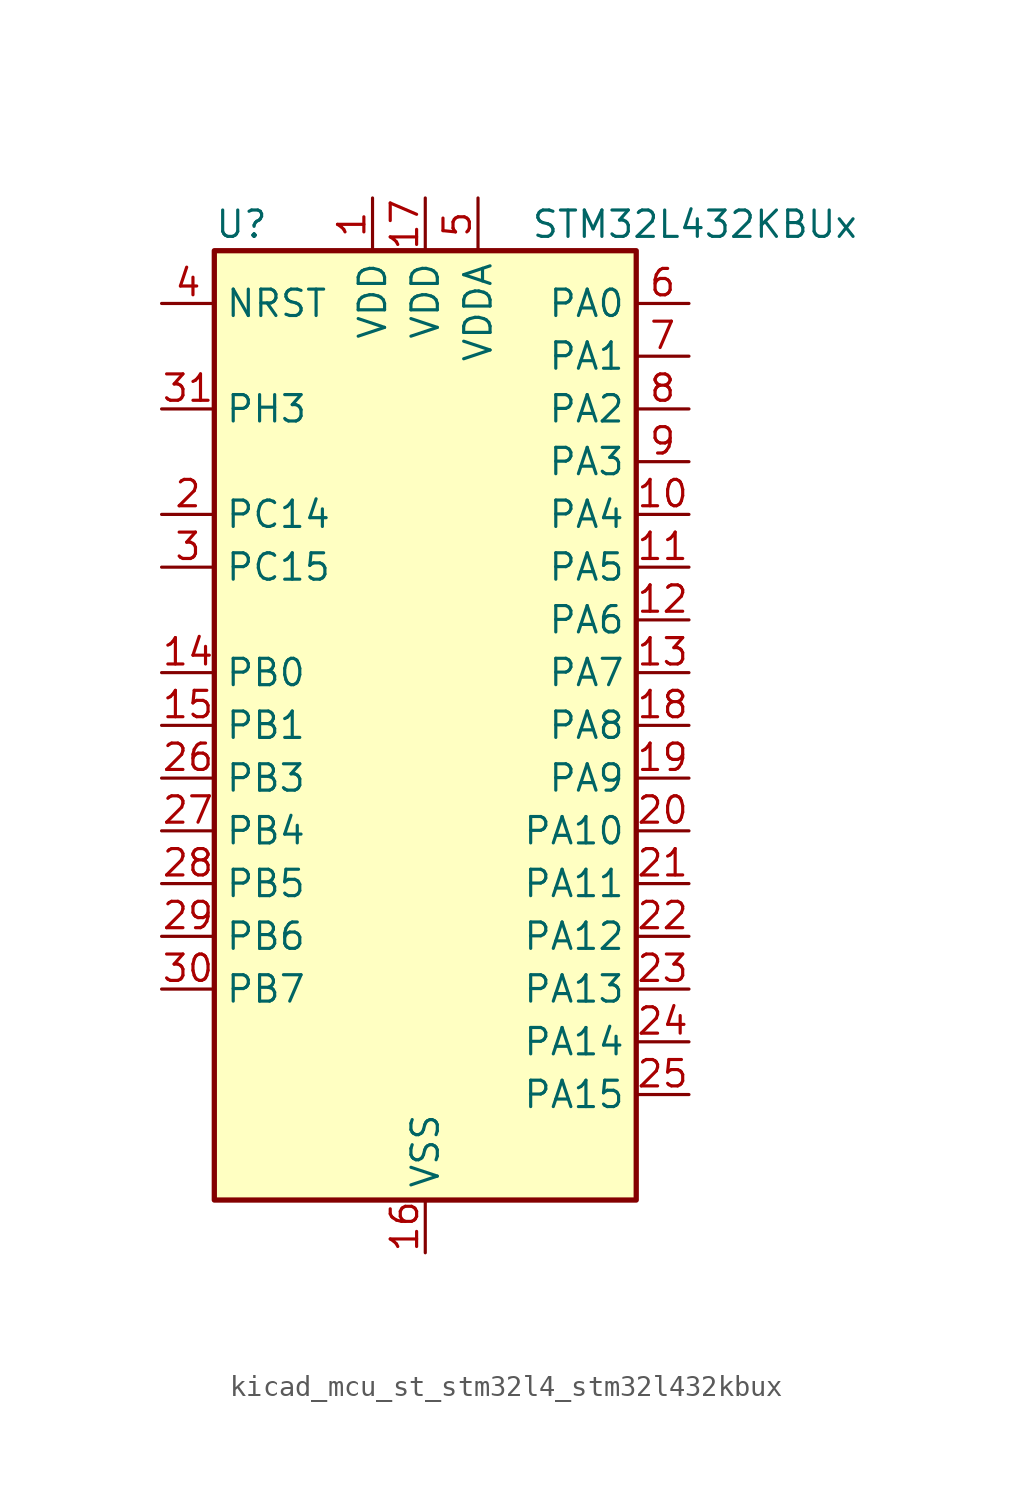
<source format=kicad_sym>
(kicad_symbol_lib
  (version 20220914)
  (generator kicad_symbol_editor)
  (symbol "kicad_mcu_st_stm32l4_stm32l432kbux"
    (property "Reference" "U"
      (at -10.16 24.13 0)
      (effects (font (size 1.27 1.27)) (justify left)))
    (property "Value" "STM32L432KBUx"
      (at 5.08 24.13 0)
      (effects (font (size 1.27 1.27)) (justify left)))
    (property "ki_locked" ""
      (at 0 0 0)
      (effects (font (size 1.27 1.27))))
    (symbol "kicad_mcu_st_stm32l4_stm32l432kbux_0_1"
      (rectangle (start -10.16 -22.86) (end 10.16 22.86) (stroke (width 0.254) (type default)) (fill (type background))))
    (symbol "kicad_mcu_st_stm32l4_stm32l432kbux_1_1"
      (pin power_in line (at -2.54 25.4 270) (length 2.54) (name "VDD" (effects (font (size 1.27 1.27)))) (number "1" (effects (font (size 1.27 1.27)))))
      (pin bidirectional line (at 12.7 10.16 180) (length 2.54) (name "PA4" (effects (font (size 1.27 1.27)))) (number "10" (effects (font (size 1.27 1.27)))) (alternate "ADC1_IN9" bidirectional line) (alternate "COMP1_INM" bidirectional line) (alternate "COMP2_INM" bidirectional line) (alternate "DAC1_OUT1" bidirectional line) (alternate "LPTIM2_OUT" bidirectional line) (alternate "SAI1_FS_B" bidirectional line) (alternate "SPI1_NSS" bidirectional line) (alternate "SPI3_NSS" bidirectional line) (alternate "USART2_CK" bidirectional line))
      (pin bidirectional line (at 12.7 7.62 180) (length 2.54) (name "PA5" (effects (font (size 1.27 1.27)))) (number "11" (effects (font (size 1.27 1.27)))) (alternate "ADC1_IN10" bidirectional line) (alternate "COMP1_INM" bidirectional line) (alternate "COMP2_INM" bidirectional line) (alternate "DAC1_OUT2" bidirectional line) (alternate "LPTIM2_ETR" bidirectional line) (alternate "SPI1_SCK" bidirectional line) (alternate "TIM2_CH1" bidirectional line) (alternate "TIM2_ETR" bidirectional line))
      (pin bidirectional line (at 12.7 5.08 180) (length 2.54) (name "PA6" (effects (font (size 1.27 1.27)))) (number "12" (effects (font (size 1.27 1.27)))) (alternate "ADC1_IN11" bidirectional line) (alternate "COMP1_OUT" bidirectional line) (alternate "LPUART1_CTS" bidirectional line) (alternate "QUADSPI_BK1_IO3" bidirectional line) (alternate "SPI1_MISO" bidirectional line) (alternate "TIM16_CH1" bidirectional line) (alternate "TIM1_BKIN" bidirectional line) (alternate "TIM1_BKIN_COMP2" bidirectional line))
      (pin bidirectional line (at 12.7 2.54 180) (length 2.54) (name "PA7" (effects (font (size 1.27 1.27)))) (number "13" (effects (font (size 1.27 1.27)))) (alternate "ADC1_IN12" bidirectional line) (alternate "COMP2_OUT" bidirectional line) (alternate "I2C3_SCL" bidirectional line) (alternate "QUADSPI_BK1_IO2" bidirectional line) (alternate "SPI1_MOSI" bidirectional line) (alternate "TIM1_CH1N" bidirectional line))
      (pin bidirectional line (at -12.7 2.54 0) (length 2.54) (name "PB0" (effects (font (size 1.27 1.27)))) (number "14" (effects (font (size 1.27 1.27)))) (alternate "ADC1_IN15" bidirectional line) (alternate "COMP1_OUT" bidirectional line) (alternate "QUADSPI_BK1_IO1" bidirectional line) (alternate "SAI1_EXTCLK" bidirectional line) (alternate "SPI1_NSS" bidirectional line) (alternate "TIM1_CH2N" bidirectional line))
      (pin bidirectional line (at -12.7 0 0) (length 2.54) (name "PB1" (effects (font (size 1.27 1.27)))) (number "15" (effects (font (size 1.27 1.27)))) (alternate "ADC1_IN16" bidirectional line) (alternate "COMP1_INM" bidirectional line) (alternate "LPTIM2_IN1" bidirectional line) (alternate "LPUART1_DE" bidirectional line) (alternate "LPUART1_RTS" bidirectional line) (alternate "QUADSPI_BK1_IO0" bidirectional line) (alternate "TIM1_CH3N" bidirectional line))
      (pin power_in line (at 0 -25.4 90) (length 2.54) (name "VSS" (effects (font (size 1.27 1.27)))) (number "16" (effects (font (size 1.27 1.27)))))
      (pin power_in line (at 0 25.4 270) (length 2.54) (name "VDD" (effects (font (size 1.27 1.27)))) (number "17" (effects (font (size 1.27 1.27)))))
      (pin bidirectional line (at 12.7 0 180) (length 2.54) (name "PA8" (effects (font (size 1.27 1.27)))) (number "18" (effects (font (size 1.27 1.27)))) (alternate "LPTIM2_OUT" bidirectional line) (alternate "RCC_MCO" bidirectional line) (alternate "SAI1_SCK_A" bidirectional line) (alternate "SWPMI1_IO" bidirectional line) (alternate "TIM1_CH1" bidirectional line) (alternate "USART1_CK" bidirectional line))
      (pin bidirectional line (at 12.7 -2.54 180) (length 2.54) (name "PA9" (effects (font (size 1.27 1.27)))) (number "19" (effects (font (size 1.27 1.27)))) (alternate "DAC1_EXTI9" bidirectional line) (alternate "I2C1_SCL" bidirectional line) (alternate "SAI1_FS_A" bidirectional line) (alternate "TIM15_BKIN" bidirectional line) (alternate "TIM1_CH2" bidirectional line) (alternate "USART1_TX" bidirectional line))
      (pin bidirectional line (at -12.7 10.16 0) (length 2.54) (name "PC14" (effects (font (size 1.27 1.27)))) (number "2" (effects (font (size 1.27 1.27)))) (alternate "RCC_OSC32_IN" bidirectional line))
      (pin bidirectional line (at 12.7 -5.08 180) (length 2.54) (name "PA10" (effects (font (size 1.27 1.27)))) (number "20" (effects (font (size 1.27 1.27)))) (alternate "CRS_SYNC" bidirectional line) (alternate "I2C1_SDA" bidirectional line) (alternate "SAI1_SD_A" bidirectional line) (alternate "TIM1_CH3" bidirectional line) (alternate "USART1_RX" bidirectional line))
      (pin bidirectional line (at 12.7 -7.62 180) (length 2.54) (name "PA11" (effects (font (size 1.27 1.27)))) (number "21" (effects (font (size 1.27 1.27)))) (alternate "ADC1_EXTI11" bidirectional line) (alternate "CAN1_RX" bidirectional line) (alternate "COMP1_OUT" bidirectional line) (alternate "SPI1_MISO" bidirectional line) (alternate "TIM1_BKIN2" bidirectional line) (alternate "TIM1_BKIN2_COMP1" bidirectional line) (alternate "TIM1_CH4" bidirectional line) (alternate "USART1_CTS" bidirectional line) (alternate "USB_DM" bidirectional line))
      (pin bidirectional line (at 12.7 -10.16 180) (length 2.54) (name "PA12" (effects (font (size 1.27 1.27)))) (number "22" (effects (font (size 1.27 1.27)))) (alternate "CAN1_TX" bidirectional line) (alternate "SPI1_MOSI" bidirectional line) (alternate "TIM1_ETR" bidirectional line) (alternate "USART1_DE" bidirectional line) (alternate "USART1_RTS" bidirectional line) (alternate "USB_DP" bidirectional line))
      (pin bidirectional line (at 12.7 -12.7 180) (length 2.54) (name "PA13" (effects (font (size 1.27 1.27)))) (number "23" (effects (font (size 1.27 1.27)))) (alternate "IR_OUT" bidirectional line) (alternate "SAI1_SD_B" bidirectional line) (alternate "SWPMI1_TX" bidirectional line) (alternate "SYS_JTMS-SWDIO" bidirectional line) (alternate "USB_NOE" bidirectional line))
      (pin bidirectional line (at 12.7 -15.24 180) (length 2.54) (name "PA14" (effects (font (size 1.27 1.27)))) (number "24" (effects (font (size 1.27 1.27)))) (alternate "I2C1_SMBA" bidirectional line) (alternate "LPTIM1_OUT" bidirectional line) (alternate "SAI1_FS_B" bidirectional line) (alternate "SWPMI1_RX" bidirectional line) (alternate "SYS_JTCK-SWCLK" bidirectional line))
      (pin bidirectional line (at 12.7 -17.78 180) (length 2.54) (name "PA15" (effects (font (size 1.27 1.27)))) (number "25" (effects (font (size 1.27 1.27)))) (alternate "ADC1_EXTI15" bidirectional line) (alternate "SPI1_NSS" bidirectional line) (alternate "SPI3_NSS" bidirectional line) (alternate "SWPMI1_SUSPEND" bidirectional line) (alternate "SYS_JTDI" bidirectional line) (alternate "TIM2_CH1" bidirectional line) (alternate "TIM2_ETR" bidirectional line) (alternate "USART2_RX" bidirectional line))
      (pin bidirectional line (at -12.7 -2.54 0) (length 2.54) (name "PB3" (effects (font (size 1.27 1.27)))) (number "26" (effects (font (size 1.27 1.27)))) (alternate "COMP2_INM" bidirectional line) (alternate "SAI1_SCK_B" bidirectional line) (alternate "SPI1_SCK" bidirectional line) (alternate "SPI3_SCK" bidirectional line) (alternate "SYS_JTDO-SWO" bidirectional line) (alternate "TIM2_CH2" bidirectional line) (alternate "USART1_DE" bidirectional line) (alternate "USART1_RTS" bidirectional line))
      (pin bidirectional line (at -12.7 -5.08 0) (length 2.54) (name "PB4" (effects (font (size 1.27 1.27)))) (number "27" (effects (font (size 1.27 1.27)))) (alternate "COMP2_INP" bidirectional line) (alternate "I2C3_SDA" bidirectional line) (alternate "SAI1_MCLK_B" bidirectional line) (alternate "SPI1_MISO" bidirectional line) (alternate "SPI3_MISO" bidirectional line) (alternate "SYS_JTRST" bidirectional line) (alternate "TSC_G2_IO1" bidirectional line) (alternate "USART1_CTS" bidirectional line))
      (pin bidirectional line (at -12.7 -7.62 0) (length 2.54) (name "PB5" (effects (font (size 1.27 1.27)))) (number "28" (effects (font (size 1.27 1.27)))) (alternate "COMP2_OUT" bidirectional line) (alternate "I2C1_SMBA" bidirectional line) (alternate "LPTIM1_IN1" bidirectional line) (alternate "SAI1_SD_B" bidirectional line) (alternate "SPI1_MOSI" bidirectional line) (alternate "SPI3_MOSI" bidirectional line) (alternate "TIM16_BKIN" bidirectional line) (alternate "TSC_G2_IO2" bidirectional line) (alternate "USART1_CK" bidirectional line))
      (pin bidirectional line (at -12.7 -10.16 0) (length 2.54) (name "PB6" (effects (font (size 1.27 1.27)))) (number "29" (effects (font (size 1.27 1.27)))) (alternate "COMP2_INP" bidirectional line) (alternate "I2C1_SCL" bidirectional line) (alternate "LPTIM1_ETR" bidirectional line) (alternate "SAI1_FS_B" bidirectional line) (alternate "TIM16_CH1N" bidirectional line) (alternate "TSC_G2_IO3" bidirectional line) (alternate "USART1_TX" bidirectional line))
      (pin bidirectional line (at -12.7 7.62 0) (length 2.54) (name "PC15" (effects (font (size 1.27 1.27)))) (number "3" (effects (font (size 1.27 1.27)))) (alternate "ADC1_EXTI15" bidirectional line) (alternate "RCC_OSC32_OUT" bidirectional line))
      (pin bidirectional line (at -12.7 -12.7 0) (length 2.54) (name "PB7" (effects (font (size 1.27 1.27)))) (number "30" (effects (font (size 1.27 1.27)))) (alternate "COMP2_INM" bidirectional line) (alternate "I2C1_SDA" bidirectional line) (alternate "LPTIM1_IN2" bidirectional line) (alternate "SYS_PVD_IN" bidirectional line) (alternate "TSC_G2_IO4" bidirectional line) (alternate "USART1_RX" bidirectional line))
      (pin bidirectional line (at -12.7 15.24 0) (length 2.54) (name "PH3" (effects (font (size 1.27 1.27)))) (number "31" (effects (font (size 1.27 1.27)))))
      (pin passive line (at 0 -25.4 90) (length 2.54) hide (name "VSS" (effects (font (size 1.27 1.27)))) (number "32" (effects (font (size 1.27 1.27)))))
      (pin passive line (at 0 -25.4 90) (length 2.54) hide (name "VSS" (effects (font (size 1.27 1.27)))) (number "33" (effects (font (size 1.27 1.27)))))
      (pin input line (at -12.7 20.32 0) (length 2.54) (name "NRST" (effects (font (size 1.27 1.27)))) (number "4" (effects (font (size 1.27 1.27)))))
      (pin power_in line (at 2.54 25.4 270) (length 2.54) (name "VDDA" (effects (font (size 1.27 1.27)))) (number "5" (effects (font (size 1.27 1.27)))))
      (pin bidirectional line (at 12.7 20.32 180) (length 2.54) (name "PA0" (effects (font (size 1.27 1.27)))) (number "6" (effects (font (size 1.27 1.27)))) (alternate "ADC1_IN5" bidirectional line) (alternate "COMP1_INM" bidirectional line) (alternate "COMP1_OUT" bidirectional line) (alternate "OPAMP1_VINP" bidirectional line) (alternate "RCC_CK_IN" bidirectional line) (alternate "RTC_TAMP2" bidirectional line) (alternate "SAI1_EXTCLK" bidirectional line) (alternate "SYS_WKUP1" bidirectional line) (alternate "TIM2_CH1" bidirectional line) (alternate "TIM2_ETR" bidirectional line) (alternate "USART2_CTS" bidirectional line))
      (pin bidirectional line (at 12.7 17.78 180) (length 2.54) (name "PA1" (effects (font (size 1.27 1.27)))) (number "7" (effects (font (size 1.27 1.27)))) (alternate "ADC1_IN6" bidirectional line) (alternate "COMP1_INP" bidirectional line) (alternate "I2C1_SMBA" bidirectional line) (alternate "OPAMP1_VINM" bidirectional line) (alternate "SPI1_SCK" bidirectional line) (alternate "TIM15_CH1N" bidirectional line) (alternate "TIM2_CH2" bidirectional line) (alternate "USART2_DE" bidirectional line) (alternate "USART2_RTS" bidirectional line))
      (pin bidirectional line (at 12.7 15.24 180) (length 2.54) (name "PA2" (effects (font (size 1.27 1.27)))) (number "8" (effects (font (size 1.27 1.27)))) (alternate "ADC1_IN7" bidirectional line) (alternate "COMP2_INM" bidirectional line) (alternate "COMP2_OUT" bidirectional line) (alternate "LPUART1_TX" bidirectional line) (alternate "QUADSPI_BK1_NCS" bidirectional line) (alternate "RCC_LSCO" bidirectional line) (alternate "SYS_WKUP4" bidirectional line) (alternate "TIM15_CH1" bidirectional line) (alternate "TIM2_CH3" bidirectional line) (alternate "USART2_TX" bidirectional line))
      (pin bidirectional line (at 12.7 12.7 180) (length 2.54) (name "PA3" (effects (font (size 1.27 1.27)))) (number "9" (effects (font (size 1.27 1.27)))) (alternate "ADC1_IN8" bidirectional line) (alternate "COMP2_INP" bidirectional line) (alternate "LPUART1_RX" bidirectional line) (alternate "OPAMP1_VOUT" bidirectional line) (alternate "QUADSPI_CLK" bidirectional line) (alternate "SAI1_MCLK_A" bidirectional line) (alternate "TIM15_CH2" bidirectional line) (alternate "TIM2_CH4" bidirectional line) (alternate "USART2_RX" bidirectional line)))))
</source>
